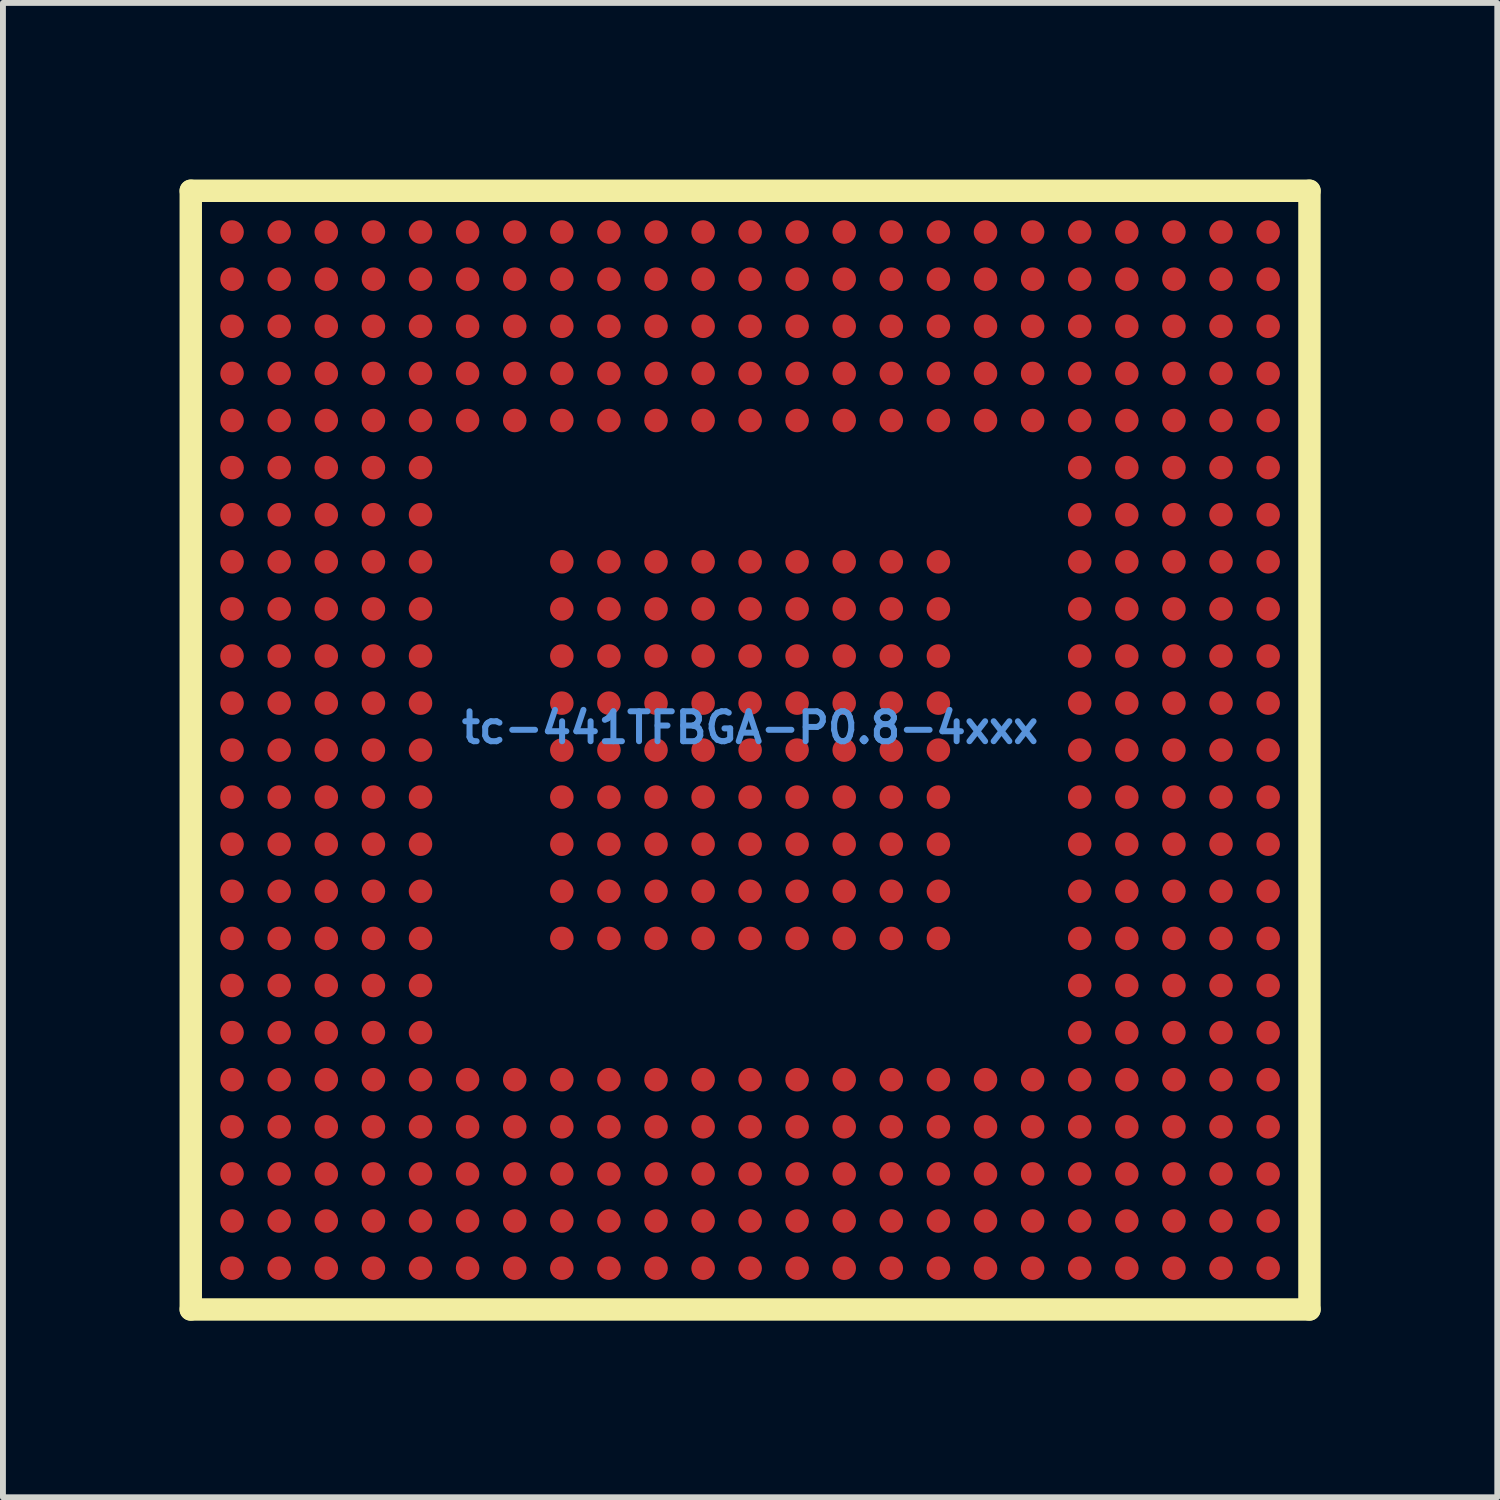
<source format=kicad_pcb>
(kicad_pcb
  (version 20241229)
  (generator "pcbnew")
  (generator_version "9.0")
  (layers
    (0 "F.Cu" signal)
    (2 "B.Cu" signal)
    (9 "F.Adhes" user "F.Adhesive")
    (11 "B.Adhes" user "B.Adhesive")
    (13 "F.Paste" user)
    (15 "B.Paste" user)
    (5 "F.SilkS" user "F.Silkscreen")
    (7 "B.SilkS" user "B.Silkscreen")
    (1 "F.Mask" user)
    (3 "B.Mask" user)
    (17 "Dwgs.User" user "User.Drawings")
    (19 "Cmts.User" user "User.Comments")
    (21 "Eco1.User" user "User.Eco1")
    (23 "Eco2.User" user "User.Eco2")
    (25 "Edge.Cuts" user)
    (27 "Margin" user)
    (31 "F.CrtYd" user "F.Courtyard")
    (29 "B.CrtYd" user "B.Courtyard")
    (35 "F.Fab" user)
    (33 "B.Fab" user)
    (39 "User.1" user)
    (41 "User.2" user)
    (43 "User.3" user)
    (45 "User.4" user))
  (footprint "tc-441TFBGA-P0.8-4xxx"
    (layer "F.Cu")
    (at 9.69 9.69)
    (property "Reference" "tc-441TFBGA-P0.8-4xxx" (at 0 -0.381 0) (layer "Cmts.User") (effects (font (size 0.508 0.508) (thickness 0.102))))
    (attr smd)
    (fp_line (start -9.5 -9.5) (end 9.5 -9.5) (stroke (width 0.381) (type solid)) (layer "F.SilkS"))
    (fp_line (start -9.5 9.5) (end -9.5 -9.5) (stroke (width 0.381) (type solid)) (layer "F.SilkS"))
    (fp_line (start 9.5 -9.5) (end 9.5 9.5) (stroke (width 0.381) (type solid)) (layer "F.SilkS"))
    (fp_line (start 9.5 9.5) (end -9.5 9.5) (stroke (width 0.381) (type solid)) (layer "F.SilkS"))
    (pad "A1" smd oval (at -8.799 -8.799) (size 0.4 0.4) (layers "F.Cu" "F.Mask" "F.Paste"))
    (pad "A2" smd oval (at -7.998 -8.799) (size 0.4 0.4) (layers "F.Cu" "F.Mask" "F.Paste"))
    (pad "A3" smd oval (at -7.198 -8.799) (size 0.4 0.4) (layers "F.Cu" "F.Mask" "F.Paste"))
    (pad "A4" smd oval (at -6.398 -8.799) (size 0.4 0.4) (layers "F.Cu" "F.Mask" "F.Paste"))
    (pad "A5" smd oval (at -5.598 -8.799) (size 0.4 0.4) (layers "F.Cu" "F.Mask" "F.Paste"))
    (pad "A6" smd oval (at -4.798 -8.799) (size 0.4 0.4) (layers "F.Cu" "F.Mask" "F.Paste"))
    (pad "A7" smd oval (at -3.998 -8.799) (size 0.4 0.4) (layers "F.Cu" "F.Mask" "F.Paste"))
    (pad "A8" smd oval (at -3.198 -8.799) (size 0.4 0.4) (layers "F.Cu" "F.Mask" "F.Paste"))
    (pad "A9" smd oval (at -2.398 -8.799) (size 0.4 0.4) (layers "F.Cu" "F.Mask" "F.Paste"))
    (pad "A10" smd oval (at -1.598 -8.799) (size 0.4 0.4) (layers "F.Cu" "F.Mask" "F.Paste"))
    (pad "A11" smd oval (at -0.798 -8.799) (size 0.4 0.4) (layers "F.Cu" "F.Mask" "F.Paste"))
    (pad "A12" smd oval (at 0 -8.799) (size 0.4 0.4) (layers "F.Cu" "F.Mask" "F.Paste"))
    (pad "A13" smd oval (at 0.798 -8.799) (size 0.4 0.4) (layers "F.Cu" "F.Mask" "F.Paste"))
    (pad "A14" smd oval (at 1.598 -8.799) (size 0.4 0.4) (layers "F.Cu" "F.Mask" "F.Paste"))
    (pad "A15" smd oval (at 2.398 -8.799) (size 0.4 0.4) (layers "F.Cu" "F.Mask" "F.Paste"))
    (pad "A16" smd oval (at 3.198 -8.799) (size 0.4 0.4) (layers "F.Cu" "F.Mask" "F.Paste"))
    (pad "A17" smd oval (at 3.998 -8.799) (size 0.4 0.4) (layers "F.Cu" "F.Mask" "F.Paste"))
    (pad "A18" smd oval (at 4.798 -8.799) (size 0.4 0.4) (layers "F.Cu" "F.Mask" "F.Paste"))
    (pad "A19" smd oval (at 5.598 -8.799) (size 0.4 0.4) (layers "F.Cu" "F.Mask" "F.Paste"))
    (pad "A20" smd oval (at 6.398 -8.799) (size 0.4 0.4) (layers "F.Cu" "F.Mask" "F.Paste"))
    (pad "A21" smd oval (at 7.198 -8.799) (size 0.4 0.4) (layers "F.Cu" "F.Mask" "F.Paste"))
    (pad "A22" smd oval (at 7.998 -8.799) (size 0.4 0.4) (layers "F.Cu" "F.Mask" "F.Paste"))
    (pad "A23" smd oval (at 8.799 -8.799) (size 0.4 0.4) (layers "F.Cu" "F.Mask" "F.Paste"))
    (pad "AA1" smd oval (at -8.799 7.198) (size 0.4 0.4) (layers "F.Cu" "F.Mask" "F.Paste"))
    (pad "AA2" smd oval (at -7.998 7.198) (size 0.4 0.4) (layers "F.Cu" "F.Mask" "F.Paste"))
    (pad "AA3" smd oval (at -7.198 7.198) (size 0.4 0.4) (layers "F.Cu" "F.Mask" "F.Paste"))
    (pad "AA4" smd oval (at -6.398 7.198) (size 0.4 0.4) (layers "F.Cu" "F.Mask" "F.Paste"))
    (pad "AA5" smd oval (at -5.598 7.198) (size 0.4 0.4) (layers "F.Cu" "F.Mask" "F.Paste"))
    (pad "AA6" smd oval (at -4.798 7.198) (size 0.4 0.4) (layers "F.Cu" "F.Mask" "F.Paste"))
    (pad "AA7" smd oval (at -3.998 7.198) (size 0.4 0.4) (layers "F.Cu" "F.Mask" "F.Paste"))
    (pad "AA8" smd oval (at -3.198 7.198) (size 0.4 0.4) (layers "F.Cu" "F.Mask" "F.Paste"))
    (pad "AA9" smd oval (at -2.398 7.198) (size 0.4 0.4) (layers "F.Cu" "F.Mask" "F.Paste"))
    (pad "AA10" smd oval (at -1.598 7.198) (size 0.4 0.4) (layers "F.Cu" "F.Mask" "F.Paste"))
    (pad "AA11" smd oval (at -0.798 7.198) (size 0.4 0.4) (layers "F.Cu" "F.Mask" "F.Paste"))
    (pad "AA12" smd oval (at 0 7.198) (size 0.4 0.4) (layers "F.Cu" "F.Mask" "F.Paste"))
    (pad "AA13" smd oval (at 0.798 7.198) (size 0.4 0.4) (layers "F.Cu" "F.Mask" "F.Paste"))
    (pad "AA14" smd oval (at 1.598 7.198) (size 0.4 0.4) (layers "F.Cu" "F.Mask" "F.Paste"))
    (pad "AA15" smd oval (at 2.398 7.198) (size 0.4 0.4) (layers "F.Cu" "F.Mask" "F.Paste"))
    (pad "AA16" smd oval (at 3.198 7.198) (size 0.4 0.4) (layers "F.Cu" "F.Mask" "F.Paste"))
    (pad "AA17" smd oval (at 3.998 7.198) (size 0.4 0.4) (layers "F.Cu" "F.Mask" "F.Paste"))
    (pad "AA18" smd oval (at 4.798 7.198) (size 0.4 0.4) (layers "F.Cu" "F.Mask" "F.Paste"))
    (pad "AA19" smd oval (at 5.598 7.198) (size 0.4 0.4) (layers "F.Cu" "F.Mask" "F.Paste"))
    (pad "AA20" smd oval (at 6.398 7.198) (size 0.4 0.4) (layers "F.Cu" "F.Mask" "F.Paste"))
    (pad "AA21" smd oval (at 7.198 7.198) (size 0.4 0.4) (layers "F.Cu" "F.Mask" "F.Paste"))
    (pad "AA22" smd oval (at 7.998 7.198) (size 0.4 0.4) (layers "F.Cu" "F.Mask" "F.Paste"))
    (pad "AA23" smd oval (at 8.799 7.198) (size 0.4 0.4) (layers "F.Cu" "F.Mask" "F.Paste"))
    (pad "AB1" smd oval (at -8.799 7.998) (size 0.4 0.4) (layers "F.Cu" "F.Mask" "F.Paste"))
    (pad "AB2" smd oval (at -7.998 7.998) (size 0.4 0.4) (layers "F.Cu" "F.Mask" "F.Paste"))
    (pad "AB3" smd oval (at -7.198 7.998) (size 0.4 0.4) (layers "F.Cu" "F.Mask" "F.Paste"))
    (pad "AB4" smd oval (at -6.398 7.998) (size 0.4 0.4) (layers "F.Cu" "F.Mask" "F.Paste"))
    (pad "AB5" smd oval (at -5.598 7.998) (size 0.4 0.4) (layers "F.Cu" "F.Mask" "F.Paste"))
    (pad "AB6" smd oval (at -4.798 7.998) (size 0.4 0.4) (layers "F.Cu" "F.Mask" "F.Paste"))
    (pad "AB7" smd oval (at -3.998 7.998) (size 0.4 0.4) (layers "F.Cu" "F.Mask" "F.Paste"))
    (pad "AB8" smd oval (at -3.198 7.998) (size 0.4 0.4) (layers "F.Cu" "F.Mask" "F.Paste"))
    (pad "AB9" smd oval (at -2.398 7.998) (size 0.4 0.4) (layers "F.Cu" "F.Mask" "F.Paste"))
    (pad "AB10" smd oval (at -1.598 7.998) (size 0.4 0.4) (layers "F.Cu" "F.Mask" "F.Paste"))
    (pad "AB11" smd oval (at -0.798 7.998) (size 0.4 0.4) (layers "F.Cu" "F.Mask" "F.Paste"))
    (pad "AB12" smd oval (at 0 7.998) (size 0.4 0.4) (layers "F.Cu" "F.Mask" "F.Paste"))
    (pad "AB13" smd oval (at 0.798 7.998) (size 0.4 0.4) (layers "F.Cu" "F.Mask" "F.Paste"))
    (pad "AB14" smd oval (at 1.598 7.998) (size 0.4 0.4) (layers "F.Cu" "F.Mask" "F.Paste"))
    (pad "AB15" smd oval (at 2.398 7.998) (size 0.4 0.4) (layers "F.Cu" "F.Mask" "F.Paste"))
    (pad "AB16" smd oval (at 3.198 7.998) (size 0.4 0.4) (layers "F.Cu" "F.Mask" "F.Paste"))
    (pad "AB17" smd oval (at 3.998 7.998) (size 0.4 0.4) (layers "F.Cu" "F.Mask" "F.Paste"))
    (pad "AB18" smd oval (at 4.798 7.998) (size 0.4 0.4) (layers "F.Cu" "F.Mask" "F.Paste"))
    (pad "AB19" smd oval (at 5.598 7.998) (size 0.4 0.4) (layers "F.Cu" "F.Mask" "F.Paste"))
    (pad "AB20" smd oval (at 6.398 7.998) (size 0.4 0.4) (layers "F.Cu" "F.Mask" "F.Paste"))
    (pad "AB21" smd oval (at 7.198 7.998) (size 0.4 0.4) (layers "F.Cu" "F.Mask" "F.Paste"))
    (pad "AB22" smd oval (at 7.998 7.998) (size 0.4 0.4) (layers "F.Cu" "F.Mask" "F.Paste"))
    (pad "AB23" smd oval (at 8.799 7.998) (size 0.4 0.4) (layers "F.Cu" "F.Mask" "F.Paste"))
    (pad "AC1" smd oval (at -8.799 8.799) (size 0.4 0.4) (layers "F.Cu" "F.Mask" "F.Paste"))
    (pad "AC2" smd oval (at -7.998 8.799) (size 0.4 0.4) (layers "F.Cu" "F.Mask" "F.Paste"))
    (pad "AC3" smd oval (at -7.198 8.799) (size 0.4 0.4) (layers "F.Cu" "F.Mask" "F.Paste"))
    (pad "AC4" smd oval (at -6.398 8.799) (size 0.4 0.4) (layers "F.Cu" "F.Mask" "F.Paste"))
    (pad "AC5" smd oval (at -5.598 8.799) (size 0.4 0.4) (layers "F.Cu" "F.Mask" "F.Paste"))
    (pad "AC6" smd oval (at -4.798 8.799) (size 0.4 0.4) (layers "F.Cu" "F.Mask" "F.Paste"))
    (pad "AC7" smd oval (at -3.998 8.799) (size 0.4 0.4) (layers "F.Cu" "F.Mask" "F.Paste"))
    (pad "AC8" smd oval (at -3.198 8.799) (size 0.4 0.4) (layers "F.Cu" "F.Mask" "F.Paste"))
    (pad "AC9" smd oval (at -2.398 8.799) (size 0.4 0.4) (layers "F.Cu" "F.Mask" "F.Paste"))
    (pad "AC10" smd oval (at -1.598 8.799) (size 0.4 0.4) (layers "F.Cu" "F.Mask" "F.Paste"))
    (pad "AC11" smd oval (at -0.798 8.799) (size 0.4 0.4) (layers "F.Cu" "F.Mask" "F.Paste"))
    (pad "AC12" smd oval (at 0 8.799) (size 0.4 0.4) (layers "F.Cu" "F.Mask" "F.Paste"))
    (pad "AC13" smd oval (at 0.798 8.799) (size 0.4 0.4) (layers "F.Cu" "F.Mask" "F.Paste"))
    (pad "AC14" smd oval (at 1.598 8.799) (size 0.4 0.4) (layers "F.Cu" "F.Mask" "F.Paste"))
    (pad "AC15" smd oval (at 2.398 8.799) (size 0.4 0.4) (layers "F.Cu" "F.Mask" "F.Paste"))
    (pad "AC16" smd oval (at 3.198 8.799) (size 0.4 0.4) (layers "F.Cu" "F.Mask" "F.Paste"))
    (pad "AC17" smd oval (at 3.998 8.799) (size 0.4 0.4) (layers "F.Cu" "F.Mask" "F.Paste"))
    (pad "AC18" smd oval (at 4.798 8.799) (size 0.4 0.4) (layers "F.Cu" "F.Mask" "F.Paste"))
    (pad "AC19" smd oval (at 5.598 8.799) (size 0.4 0.4) (layers "F.Cu" "F.Mask" "F.Paste"))
    (pad "AC20" smd oval (at 6.398 8.799) (size 0.4 0.4) (layers "F.Cu" "F.Mask" "F.Paste"))
    (pad "AC21" smd oval (at 7.198 8.799) (size 0.4 0.4) (layers "F.Cu" "F.Mask" "F.Paste"))
    (pad "AC22" smd oval (at 7.998 8.799) (size 0.4 0.4) (layers "F.Cu" "F.Mask" "F.Paste"))
    (pad "AC23" smd oval (at 8.799 8.799) (size 0.4 0.4) (layers "F.Cu" "F.Mask" "F.Paste"))
    (pad "B1" smd oval (at -8.799 -7.998) (size 0.4 0.4) (layers "F.Cu" "F.Mask" "F.Paste"))
    (pad "B2" smd oval (at -7.998 -7.998) (size 0.4 0.4) (layers "F.Cu" "F.Mask" "F.Paste"))
    (pad "B3" smd oval (at -7.198 -7.998) (size 0.4 0.4) (layers "F.Cu" "F.Mask" "F.Paste"))
    (pad "B4" smd oval (at -6.398 -7.998) (size 0.4 0.4) (layers "F.Cu" "F.Mask" "F.Paste"))
    (pad "B5" smd oval (at -5.598 -7.998) (size 0.4 0.4) (layers "F.Cu" "F.Mask" "F.Paste"))
    (pad "B6" smd oval (at -4.798 -7.998) (size 0.4 0.4) (layers "F.Cu" "F.Mask" "F.Paste"))
    (pad "B7" smd oval (at -3.998 -7.998) (size 0.4 0.4) (layers "F.Cu" "F.Mask" "F.Paste"))
    (pad "B8" smd oval (at -3.198 -7.998) (size 0.4 0.4) (layers "F.Cu" "F.Mask" "F.Paste"))
    (pad "B9" smd oval (at -2.398 -7.998) (size 0.4 0.4) (layers "F.Cu" "F.Mask" "F.Paste"))
    (pad "B10" smd oval (at -1.598 -7.998) (size 0.4 0.4) (layers "F.Cu" "F.Mask" "F.Paste"))
    (pad "B11" smd oval (at -0.798 -7.998) (size 0.4 0.4) (layers "F.Cu" "F.Mask" "F.Paste"))
    (pad "B12" smd oval (at 0 -7.998) (size 0.4 0.4) (layers "F.Cu" "F.Mask" "F.Paste"))
    (pad "B13" smd oval (at 0.798 -7.998) (size 0.4 0.4) (layers "F.Cu" "F.Mask" "F.Paste"))
    (pad "B14" smd oval (at 1.598 -7.998) (size 0.4 0.4) (layers "F.Cu" "F.Mask" "F.Paste"))
    (pad "B15" smd oval (at 2.398 -7.998) (size 0.4 0.4) (layers "F.Cu" "F.Mask" "F.Paste"))
    (pad "B16" smd oval (at 3.198 -7.998) (size 0.4 0.4) (layers "F.Cu" "F.Mask" "F.Paste"))
    (pad "B17" smd oval (at 3.998 -7.998) (size 0.4 0.4) (layers "F.Cu" "F.Mask" "F.Paste"))
    (pad "B18" smd oval (at 4.798 -7.998) (size 0.4 0.4) (layers "F.Cu" "F.Mask" "F.Paste"))
    (pad "B19" smd oval (at 5.598 -7.998) (size 0.4 0.4) (layers "F.Cu" "F.Mask" "F.Paste"))
    (pad "B20" smd oval (at 6.398 -7.998) (size 0.4 0.4) (layers "F.Cu" "F.Mask" "F.Paste"))
    (pad "B21" smd oval (at 7.198 -7.998) (size 0.4 0.4) (layers "F.Cu" "F.Mask" "F.Paste"))
    (pad "B22" smd oval (at 7.998 -7.998) (size 0.4 0.4) (layers "F.Cu" "F.Mask" "F.Paste"))
    (pad "B23" smd oval (at 8.799 -7.998) (size 0.4 0.4) (layers "F.Cu" "F.Mask" "F.Paste"))
    (pad "C1" smd oval (at -8.799 -7.198) (size 0.4 0.4) (layers "F.Cu" "F.Mask" "F.Paste"))
    (pad "C2" smd oval (at -7.998 -7.198) (size 0.4 0.4) (layers "F.Cu" "F.Mask" "F.Paste"))
    (pad "C3" smd oval (at -7.198 -7.198) (size 0.4 0.4) (layers "F.Cu" "F.Mask" "F.Paste"))
    (pad "C4" smd oval (at -6.398 -7.198) (size 0.4 0.4) (layers "F.Cu" "F.Mask" "F.Paste"))
    (pad "C5" smd oval (at -5.598 -7.198) (size 0.4 0.4) (layers "F.Cu" "F.Mask" "F.Paste"))
    (pad "C6" smd oval (at -4.798 -7.198) (size 0.4 0.4) (layers "F.Cu" "F.Mask" "F.Paste"))
    (pad "C7" smd oval (at -3.998 -7.198) (size 0.4 0.4) (layers "F.Cu" "F.Mask" "F.Paste"))
    (pad "C8" smd oval (at -3.198 -7.198) (size 0.4 0.4) (layers "F.Cu" "F.Mask" "F.Paste"))
    (pad "C9" smd oval (at -2.398 -7.198) (size 0.4 0.4) (layers "F.Cu" "F.Mask" "F.Paste"))
    (pad "C10" smd oval (at -1.598 -7.198) (size 0.4 0.4) (layers "F.Cu" "F.Mask" "F.Paste"))
    (pad "C11" smd oval (at -0.798 -7.198) (size 0.4 0.4) (layers "F.Cu" "F.Mask" "F.Paste"))
    (pad "C12" smd oval (at 0 -7.198) (size 0.4 0.4) (layers "F.Cu" "F.Mask" "F.Paste"))
    (pad "C13" smd oval (at 0.798 -7.198) (size 0.4 0.4) (layers "F.Cu" "F.Mask" "F.Paste"))
    (pad "C14" smd oval (at 1.598 -7.198) (size 0.4 0.4) (layers "F.Cu" "F.Mask" "F.Paste"))
    (pad "C15" smd oval (at 2.398 -7.198) (size 0.4 0.4) (layers "F.Cu" "F.Mask" "F.Paste"))
    (pad "C16" smd oval (at 3.198 -7.198) (size 0.4 0.4) (layers "F.Cu" "F.Mask" "F.Paste"))
    (pad "C17" smd oval (at 3.998 -7.198) (size 0.4 0.4) (layers "F.Cu" "F.Mask" "F.Paste"))
    (pad "C18" smd oval (at 4.798 -7.198) (size 0.4 0.4) (layers "F.Cu" "F.Mask" "F.Paste"))
    (pad "C19" smd oval (at 5.598 -7.198) (size 0.4 0.4) (layers "F.Cu" "F.Mask" "F.Paste"))
    (pad "C20" smd oval (at 6.398 -7.198) (size 0.4 0.4) (layers "F.Cu" "F.Mask" "F.Paste"))
    (pad "C21" smd oval (at 7.198 -7.198) (size 0.4 0.4) (layers "F.Cu" "F.Mask" "F.Paste"))
    (pad "C22" smd oval (at 7.998 -7.198) (size 0.4 0.4) (layers "F.Cu" "F.Mask" "F.Paste"))
    (pad "C23" smd oval (at 8.799 -7.198) (size 0.4 0.4) (layers "F.Cu" "F.Mask" "F.Paste"))
    (pad "D1" smd oval (at -8.799 -6.398) (size 0.4 0.4) (layers "F.Cu" "F.Mask" "F.Paste"))
    (pad "D2" smd oval (at -7.998 -6.398) (size 0.4 0.4) (layers "F.Cu" "F.Mask" "F.Paste"))
    (pad "D3" smd oval (at -7.198 -6.398) (size 0.4 0.4) (layers "F.Cu" "F.Mask" "F.Paste"))
    (pad "D4" smd oval (at -6.398 -6.398) (size 0.4 0.4) (layers "F.Cu" "F.Mask" "F.Paste"))
    (pad "D5" smd oval (at -5.598 -6.398) (size 0.4 0.4) (layers "F.Cu" "F.Mask" "F.Paste"))
    (pad "D6" smd oval (at -4.798 -6.398) (size 0.4 0.4) (layers "F.Cu" "F.Mask" "F.Paste"))
    (pad "D7" smd oval (at -3.998 -6.398) (size 0.4 0.4) (layers "F.Cu" "F.Mask" "F.Paste"))
    (pad "D8" smd oval (at -3.198 -6.398) (size 0.4 0.4) (layers "F.Cu" "F.Mask" "F.Paste"))
    (pad "D9" smd oval (at -2.398 -6.398) (size 0.4 0.4) (layers "F.Cu" "F.Mask" "F.Paste"))
    (pad "D10" smd oval (at -1.598 -6.398) (size 0.4 0.4) (layers "F.Cu" "F.Mask" "F.Paste"))
    (pad "D11" smd oval (at -0.798 -6.398) (size 0.4 0.4) (layers "F.Cu" "F.Mask" "F.Paste"))
    (pad "D12" smd oval (at 0 -6.398) (size 0.4 0.4) (layers "F.Cu" "F.Mask" "F.Paste"))
    (pad "D13" smd oval (at 0.798 -6.398) (size 0.4 0.4) (layers "F.Cu" "F.Mask" "F.Paste"))
    (pad "D14" smd oval (at 1.598 -6.398) (size 0.4 0.4) (layers "F.Cu" "F.Mask" "F.Paste"))
    (pad "D15" smd oval (at 2.398 -6.398) (size 0.4 0.4) (layers "F.Cu" "F.Mask" "F.Paste"))
    (pad "D16" smd oval (at 3.198 -6.398) (size 0.4 0.4) (layers "F.Cu" "F.Mask" "F.Paste"))
    (pad "D17" smd oval (at 3.998 -6.398) (size 0.4 0.4) (layers "F.Cu" "F.Mask" "F.Paste"))
    (pad "D18" smd oval (at 4.798 -6.398) (size 0.4 0.4) (layers "F.Cu" "F.Mask" "F.Paste"))
    (pad "D19" smd oval (at 5.598 -6.398) (size 0.4 0.4) (layers "F.Cu" "F.Mask" "F.Paste"))
    (pad "D20" smd oval (at 6.398 -6.398) (size 0.4 0.4) (layers "F.Cu" "F.Mask" "F.Paste"))
    (pad "D21" smd oval (at 7.198 -6.398) (size 0.4 0.4) (layers "F.Cu" "F.Mask" "F.Paste"))
    (pad "D22" smd oval (at 7.998 -6.398) (size 0.4 0.4) (layers "F.Cu" "F.Mask" "F.Paste"))
    (pad "D23" smd oval (at 8.799 -6.398) (size 0.4 0.4) (layers "F.Cu" "F.Mask" "F.Paste"))
    (pad "E1" smd oval (at -8.799 -5.598) (size 0.4 0.4) (layers "F.Cu" "F.Mask" "F.Paste"))
    (pad "E2" smd oval (at -7.998 -5.598) (size 0.4 0.4) (layers "F.Cu" "F.Mask" "F.Paste"))
    (pad "E3" smd oval (at -7.198 -5.598) (size 0.4 0.4) (layers "F.Cu" "F.Mask" "F.Paste"))
    (pad "E4" smd oval (at -6.398 -5.598) (size 0.4 0.4) (layers "F.Cu" "F.Mask" "F.Paste"))
    (pad "E5" smd oval (at -5.598 -5.598) (size 0.4 0.4) (layers "F.Cu" "F.Mask" "F.Paste"))
    (pad "E6" smd oval (at -4.798 -5.598) (size 0.4 0.4) (layers "F.Cu" "F.Mask" "F.Paste"))
    (pad "E7" smd oval (at -3.998 -5.598) (size 0.4 0.4) (layers "F.Cu" "F.Mask" "F.Paste"))
    (pad "E8" smd oval (at -3.198 -5.598) (size 0.4 0.4) (layers "F.Cu" "F.Mask" "F.Paste"))
    (pad "E9" smd oval (at -2.398 -5.598) (size 0.4 0.4) (layers "F.Cu" "F.Mask" "F.Paste"))
    (pad "E10" smd oval (at -1.598 -5.598) (size 0.4 0.4) (layers "F.Cu" "F.Mask" "F.Paste"))
    (pad "E11" smd oval (at -0.798 -5.598) (size 0.4 0.4) (layers "F.Cu" "F.Mask" "F.Paste"))
    (pad "E12" smd oval (at 0 -5.598) (size 0.4 0.4) (layers "F.Cu" "F.Mask" "F.Paste"))
    (pad "E13" smd oval (at 0.798 -5.598) (size 0.4 0.4) (layers "F.Cu" "F.Mask" "F.Paste"))
    (pad "E14" smd oval (at 1.598 -5.598) (size 0.4 0.4) (layers "F.Cu" "F.Mask" "F.Paste"))
    (pad "E15" smd oval (at 2.398 -5.598) (size 0.4 0.4) (layers "F.Cu" "F.Mask" "F.Paste"))
    (pad "E16" smd oval (at 3.198 -5.598) (size 0.4 0.4) (layers "F.Cu" "F.Mask" "F.Paste"))
    (pad "E17" smd oval (at 3.998 -5.598) (size 0.4 0.4) (layers "F.Cu" "F.Mask" "F.Paste"))
    (pad "E18" smd oval (at 4.798 -5.598) (size 0.4 0.4) (layers "F.Cu" "F.Mask" "F.Paste"))
    (pad "E19" smd oval (at 5.598 -5.598) (size 0.4 0.4) (layers "F.Cu" "F.Mask" "F.Paste"))
    (pad "E20" smd oval (at 6.398 -5.598) (size 0.4 0.4) (layers "F.Cu" "F.Mask" "F.Paste"))
    (pad "E21" smd oval (at 7.198 -5.598) (size 0.4 0.4) (layers "F.Cu" "F.Mask" "F.Paste"))
    (pad "E22" smd oval (at 7.998 -5.598) (size 0.4 0.4) (layers "F.Cu" "F.Mask" "F.Paste"))
    (pad "E23" smd oval (at 8.799 -5.598) (size 0.4 0.4) (layers "F.Cu" "F.Mask" "F.Paste"))
    (pad "F1" smd oval (at -8.799 -4.798) (size 0.4 0.4) (layers "F.Cu" "F.Mask" "F.Paste"))
    (pad "F2" smd oval (at -7.998 -4.798) (size 0.4 0.4) (layers "F.Cu" "F.Mask" "F.Paste"))
    (pad "F3" smd oval (at -7.198 -4.798) (size 0.4 0.4) (layers "F.Cu" "F.Mask" "F.Paste"))
    (pad "F4" smd oval (at -6.398 -4.798) (size 0.4 0.4) (layers "F.Cu" "F.Mask" "F.Paste"))
    (pad "F5" smd oval (at -5.598 -4.798) (size 0.4 0.4) (layers "F.Cu" "F.Mask" "F.Paste"))
    (pad "F19" smd oval (at 5.598 -4.798) (size 0.4 0.4) (layers "F.Cu" "F.Mask" "F.Paste"))
    (pad "F20" smd oval (at 6.398 -4.798) (size 0.4 0.4) (layers "F.Cu" "F.Mask" "F.Paste"))
    (pad "F21" smd oval (at 7.198 -4.798) (size 0.4 0.4) (layers "F.Cu" "F.Mask" "F.Paste"))
    (pad "F22" smd oval (at 7.998 -4.798) (size 0.4 0.4) (layers "F.Cu" "F.Mask" "F.Paste"))
    (pad "F23" smd oval (at 8.799 -4.798) (size 0.4 0.4) (layers "F.Cu" "F.Mask" "F.Paste"))
    (pad "G1" smd oval (at -8.799 -3.998) (size 0.4 0.4) (layers "F.Cu" "F.Mask" "F.Paste"))
    (pad "G2" smd oval (at -7.998 -3.998) (size 0.4 0.4) (layers "F.Cu" "F.Mask" "F.Paste"))
    (pad "G3" smd oval (at -7.198 -3.998) (size 0.4 0.4) (layers "F.Cu" "F.Mask" "F.Paste"))
    (pad "G4" smd oval (at -6.398 -3.998) (size 0.4 0.4) (layers "F.Cu" "F.Mask" "F.Paste"))
    (pad "G5" smd oval (at -5.598 -3.998) (size 0.4 0.4) (layers "F.Cu" "F.Mask" "F.Paste"))
    (pad "G19" smd oval (at 5.598 -3.998) (size 0.4 0.4) (layers "F.Cu" "F.Mask" "F.Paste"))
    (pad "G20" smd oval (at 6.398 -3.998) (size 0.4 0.4) (layers "F.Cu" "F.Mask" "F.Paste"))
    (pad "G21" smd oval (at 7.198 -3.998) (size 0.4 0.4) (layers "F.Cu" "F.Mask" "F.Paste"))
    (pad "G22" smd oval (at 7.998 -3.998) (size 0.4 0.4) (layers "F.Cu" "F.Mask" "F.Paste"))
    (pad "G23" smd oval (at 8.799 -3.998) (size 0.4 0.4) (layers "F.Cu" "F.Mask" "F.Paste"))
    (pad "H1" smd oval (at -8.799 -3.198) (size 0.4 0.4) (layers "F.Cu" "F.Mask" "F.Paste"))
    (pad "H2" smd oval (at -7.998 -3.198) (size 0.4 0.4) (layers "F.Cu" "F.Mask" "F.Paste"))
    (pad "H3" smd oval (at -7.198 -3.198) (size 0.4 0.4) (layers "F.Cu" "F.Mask" "F.Paste"))
    (pad "H4" smd oval (at -6.398 -3.198) (size 0.4 0.4) (layers "F.Cu" "F.Mask" "F.Paste"))
    (pad "H5" smd oval (at -5.598 -3.198) (size 0.4 0.4) (layers "F.Cu" "F.Mask" "F.Paste"))
    (pad "H8" smd oval (at -3.198 -3.198) (size 0.4 0.4) (layers "F.Cu" "F.Mask" "F.Paste"))
    (pad "H9" smd oval (at -2.398 -3.198) (size 0.4 0.4) (layers "F.Cu" "F.Mask" "F.Paste"))
    (pad "H10" smd oval (at -1.598 -3.198) (size 0.4 0.4) (layers "F.Cu" "F.Mask" "F.Paste"))
    (pad "H11" smd oval (at -0.798 -3.198) (size 0.4 0.4) (layers "F.Cu" "F.Mask" "F.Paste"))
    (pad "H12" smd oval (at 0 -3.198) (size 0.4 0.4) (layers "F.Cu" "F.Mask" "F.Paste"))
    (pad "H13" smd oval (at 0.798 -3.198) (size 0.4 0.4) (layers "F.Cu" "F.Mask" "F.Paste"))
    (pad "H14" smd oval (at 1.598 -3.198) (size 0.4 0.4) (layers "F.Cu" "F.Mask" "F.Paste"))
    (pad "H15" smd oval (at 2.398 -3.198) (size 0.4 0.4) (layers "F.Cu" "F.Mask" "F.Paste"))
    (pad "H16" smd oval (at 3.198 -3.198) (size 0.4 0.4) (layers "F.Cu" "F.Mask" "F.Paste"))
    (pad "H19" smd oval (at 5.598 -3.198) (size 0.4 0.4) (layers "F.Cu" "F.Mask" "F.Paste"))
    (pad "H20" smd oval (at 6.398 -3.198) (size 0.4 0.4) (layers "F.Cu" "F.Mask" "F.Paste"))
    (pad "H21" smd oval (at 7.198 -3.198) (size 0.4 0.4) (layers "F.Cu" "F.Mask" "F.Paste"))
    (pad "H22" smd oval (at 7.998 -3.198) (size 0.4 0.4) (layers "F.Cu" "F.Mask" "F.Paste"))
    (pad "H23" smd oval (at 8.799 -3.198) (size 0.4 0.4) (layers "F.Cu" "F.Mask" "F.Paste"))
    (pad "J1" smd oval (at -8.799 -2.398) (size 0.4 0.4) (layers "F.Cu" "F.Mask" "F.Paste"))
    (pad "J2" smd oval (at -7.998 -2.398) (size 0.4 0.4) (layers "F.Cu" "F.Mask" "F.Paste"))
    (pad "J3" smd oval (at -7.198 -2.398) (size 0.4 0.4) (layers "F.Cu" "F.Mask" "F.Paste"))
    (pad "J4" smd oval (at -6.398 -2.398) (size 0.4 0.4) (layers "F.Cu" "F.Mask" "F.Paste"))
    (pad "J5" smd oval (at -5.598 -2.398) (size 0.4 0.4) (layers "F.Cu" "F.Mask" "F.Paste"))
    (pad "J8" smd oval (at -3.198 -2.398) (size 0.4 0.4) (layers "F.Cu" "F.Mask" "F.Paste"))
    (pad "J9" smd oval (at -2.398 -2.398) (size 0.4 0.4) (layers "F.Cu" "F.Mask" "F.Paste"))
    (pad "J10" smd oval (at -1.598 -2.398) (size 0.4 0.4) (layers "F.Cu" "F.Mask" "F.Paste"))
    (pad "J11" smd oval (at -0.798 -2.398) (size 0.4 0.4) (layers "F.Cu" "F.Mask" "F.Paste"))
    (pad "J12" smd oval (at 0 -2.398) (size 0.4 0.4) (layers "F.Cu" "F.Mask" "F.Paste"))
    (pad "J13" smd oval (at 0.798 -2.398) (size 0.4 0.4) (layers "F.Cu" "F.Mask" "F.Paste"))
    (pad "J14" smd oval (at 1.598 -2.398) (size 0.4 0.4) (layers "F.Cu" "F.Mask" "F.Paste"))
    (pad "J15" smd oval (at 2.398 -2.398) (size 0.4 0.4) (layers "F.Cu" "F.Mask" "F.Paste"))
    (pad "J16" smd oval (at 3.198 -2.398) (size 0.4 0.4) (layers "F.Cu" "F.Mask" "F.Paste"))
    (pad "J19" smd oval (at 5.598 -2.398) (size 0.4 0.4) (layers "F.Cu" "F.Mask" "F.Paste"))
    (pad "J20" smd oval (at 6.398 -2.398) (size 0.4 0.4) (layers "F.Cu" "F.Mask" "F.Paste"))
    (pad "J21" smd oval (at 7.198 -2.398) (size 0.4 0.4) (layers "F.Cu" "F.Mask" "F.Paste"))
    (pad "J22" smd oval (at 7.998 -2.398) (size 0.4 0.4) (layers "F.Cu" "F.Mask" "F.Paste"))
    (pad "J23" smd oval (at 8.799 -2.398) (size 0.4 0.4) (layers "F.Cu" "F.Mask" "F.Paste"))
    (pad "K1" smd oval (at -8.799 -1.598) (size 0.4 0.4) (layers "F.Cu" "F.Mask" "F.Paste"))
    (pad "K2" smd oval (at -7.998 -1.598) (size 0.4 0.4) (layers "F.Cu" "F.Mask" "F.Paste"))
    (pad "K3" smd oval (at -7.198 -1.598) (size 0.4 0.4) (layers "F.Cu" "F.Mask" "F.Paste"))
    (pad "K4" smd oval (at -6.398 -1.598) (size 0.4 0.4) (layers "F.Cu" "F.Mask" "F.Paste"))
    (pad "K5" smd oval (at -5.598 -1.598) (size 0.4 0.4) (layers "F.Cu" "F.Mask" "F.Paste"))
    (pad "K8" smd oval (at -3.198 -1.598) (size 0.4 0.4) (layers "F.Cu" "F.Mask" "F.Paste"))
    (pad "K9" smd oval (at -2.398 -1.598) (size 0.4 0.4) (layers "F.Cu" "F.Mask" "F.Paste"))
    (pad "K10" smd oval (at -1.598 -1.598) (size 0.4 0.4) (layers "F.Cu" "F.Mask" "F.Paste"))
    (pad "K11" smd oval (at -0.798 -1.598) (size 0.4 0.4) (layers "F.Cu" "F.Mask" "F.Paste"))
    (pad "K12" smd oval (at 0 -1.598) (size 0.4 0.4) (layers "F.Cu" "F.Mask" "F.Paste"))
    (pad "K13" smd oval (at 0.798 -1.598) (size 0.4 0.4) (layers "F.Cu" "F.Mask" "F.Paste"))
    (pad "K14" smd oval (at 1.598 -1.598) (size 0.4 0.4) (layers "F.Cu" "F.Mask" "F.Paste"))
    (pad "K15" smd oval (at 2.398 -1.598) (size 0.4 0.4) (layers "F.Cu" "F.Mask" "F.Paste"))
    (pad "K16" smd oval (at 3.198 -1.598) (size 0.4 0.4) (layers "F.Cu" "F.Mask" "F.Paste"))
    (pad "K19" smd oval (at 5.598 -1.598) (size 0.4 0.4) (layers "F.Cu" "F.Mask" "F.Paste"))
    (pad "K20" smd oval (at 6.398 -1.598) (size 0.4 0.4) (layers "F.Cu" "F.Mask" "F.Paste"))
    (pad "K21" smd oval (at 7.198 -1.598) (size 0.4 0.4) (layers "F.Cu" "F.Mask" "F.Paste"))
    (pad "K22" smd oval (at 7.998 -1.598) (size 0.4 0.4) (layers "F.Cu" "F.Mask" "F.Paste"))
    (pad "K23" smd oval (at 8.799 -1.598) (size 0.4 0.4) (layers "F.Cu" "F.Mask" "F.Paste"))
    (pad "L1" smd oval (at -8.799 -0.798) (size 0.4 0.4) (layers "F.Cu" "F.Mask" "F.Paste"))
    (pad "L2" smd oval (at -7.998 -0.798) (size 0.4 0.4) (layers "F.Cu" "F.Mask" "F.Paste"))
    (pad "L3" smd oval (at -7.198 -0.798) (size 0.4 0.4) (layers "F.Cu" "F.Mask" "F.Paste"))
    (pad "L4" smd oval (at -6.398 -0.798) (size 0.4 0.4) (layers "F.Cu" "F.Mask" "F.Paste"))
    (pad "L5" smd oval (at -5.598 -0.798) (size 0.4 0.4) (layers "F.Cu" "F.Mask" "F.Paste"))
    (pad "L8" smd oval (at -3.198 -0.798) (size 0.4 0.4) (layers "F.Cu" "F.Mask" "F.Paste"))
    (pad "L9" smd oval (at -2.398 -0.798) (size 0.4 0.4) (layers "F.Cu" "F.Mask" "F.Paste"))
    (pad "L10" smd oval (at -1.598 -0.798) (size 0.4 0.4) (layers "F.Cu" "F.Mask" "F.Paste"))
    (pad "L11" smd oval (at -0.798 -0.798) (size 0.4 0.4) (layers "F.Cu" "F.Mask" "F.Paste"))
    (pad "L12" smd oval (at 0 -0.798) (size 0.4 0.4) (layers "F.Cu" "F.Mask" "F.Paste"))
    (pad "L13" smd oval (at 0.798 -0.798) (size 0.4 0.4) (layers "F.Cu" "F.Mask" "F.Paste"))
    (pad "L14" smd oval (at 1.598 -0.798) (size 0.4 0.4) (layers "F.Cu" "F.Mask" "F.Paste"))
    (pad "L15" smd oval (at 2.398 -0.798) (size 0.4 0.4) (layers "F.Cu" "F.Mask" "F.Paste"))
    (pad "L16" smd oval (at 3.198 -0.798) (size 0.4 0.4) (layers "F.Cu" "F.Mask" "F.Paste"))
    (pad "L19" smd oval (at 5.598 -0.798) (size 0.4 0.4) (layers "F.Cu" "F.Mask" "F.Paste"))
    (pad "L20" smd oval (at 6.398 -0.798) (size 0.4 0.4) (layers "F.Cu" "F.Mask" "F.Paste"))
    (pad "L21" smd oval (at 7.198 -0.798) (size 0.4 0.4) (layers "F.Cu" "F.Mask" "F.Paste"))
    (pad "L22" smd oval (at 7.998 -0.798) (size 0.4 0.4) (layers "F.Cu" "F.Mask" "F.Paste"))
    (pad "L23" smd oval (at 8.799 -0.798) (size 0.4 0.4) (layers "F.Cu" "F.Mask" "F.Paste"))
    (pad "M1" smd oval (at -8.799 0) (size 0.4 0.4) (layers "F.Cu" "F.Mask" "F.Paste"))
    (pad "M2" smd oval (at -7.998 0) (size 0.4 0.4) (layers "F.Cu" "F.Mask" "F.Paste"))
    (pad "M3" smd oval (at -7.198 0) (size 0.4 0.4) (layers "F.Cu" "F.Mask" "F.Paste"))
    (pad "M4" smd oval (at -6.398 0) (size 0.4 0.4) (layers "F.Cu" "F.Mask" "F.Paste"))
    (pad "M5" smd oval (at -5.598 0) (size 0.4 0.4) (layers "F.Cu" "F.Mask" "F.Paste"))
    (pad "M8" smd oval (at -3.198 0) (size 0.4 0.4) (layers "F.Cu" "F.Mask" "F.Paste"))
    (pad "M9" smd oval (at -2.398 0) (size 0.4 0.4) (layers "F.Cu" "F.Mask" "F.Paste"))
    (pad "M10" smd oval (at -1.598 0) (size 0.4 0.4) (layers "F.Cu" "F.Mask" "F.Paste"))
    (pad "M11" smd oval (at -0.798 0) (size 0.4 0.4) (layers "F.Cu" "F.Mask" "F.Paste"))
    (pad "M12" smd oval (at 0 0) (size 0.4 0.4) (layers "F.Cu" "F.Mask" "F.Paste"))
    (pad "M13" smd oval (at 0.798 0) (size 0.4 0.4) (layers "F.Cu" "F.Mask" "F.Paste"))
    (pad "M14" smd oval (at 1.598 0) (size 0.4 0.4) (layers "F.Cu" "F.Mask" "F.Paste"))
    (pad "M15" smd oval (at 2.398 0) (size 0.4 0.4) (layers "F.Cu" "F.Mask" "F.Paste"))
    (pad "M16" smd oval (at 3.198 0) (size 0.4 0.4) (layers "F.Cu" "F.Mask" "F.Paste"))
    (pad "M19" smd oval (at 5.598 0) (size 0.4 0.4) (layers "F.Cu" "F.Mask" "F.Paste"))
    (pad "M20" smd oval (at 6.398 0) (size 0.4 0.4) (layers "F.Cu" "F.Mask" "F.Paste"))
    (pad "M21" smd oval (at 7.198 0) (size 0.4 0.4) (layers "F.Cu" "F.Mask" "F.Paste"))
    (pad "M22" smd oval (at 7.998 0) (size 0.4 0.4) (layers "F.Cu" "F.Mask" "F.Paste"))
    (pad "M23" smd oval (at 8.799 0) (size 0.4 0.4) (layers "F.Cu" "F.Mask" "F.Paste"))
    (pad "N1" smd oval (at -8.799 0.798) (size 0.4 0.4) (layers "F.Cu" "F.Mask" "F.Paste"))
    (pad "N2" smd oval (at -7.998 0.798) (size 0.4 0.4) (layers "F.Cu" "F.Mask" "F.Paste"))
    (pad "N3" smd oval (at -7.198 0.798) (size 0.4 0.4) (layers "F.Cu" "F.Mask" "F.Paste"))
    (pad "N4" smd oval (at -6.398 0.798) (size 0.4 0.4) (layers "F.Cu" "F.Mask" "F.Paste"))
    (pad "N5" smd oval (at -5.598 0.798) (size 0.4 0.4) (layers "F.Cu" "F.Mask" "F.Paste"))
    (pad "N8" smd oval (at -3.198 0.798) (size 0.4 0.4) (layers "F.Cu" "F.Mask" "F.Paste"))
    (pad "N9" smd oval (at -2.398 0.798) (size 0.4 0.4) (layers "F.Cu" "F.Mask" "F.Paste"))
    (pad "N10" smd oval (at -1.598 0.798) (size 0.4 0.4) (layers "F.Cu" "F.Mask" "F.Paste"))
    (pad "N11" smd oval (at -0.798 0.798) (size 0.4 0.4) (layers "F.Cu" "F.Mask" "F.Paste"))
    (pad "N12" smd oval (at 0 0.798) (size 0.4 0.4) (layers "F.Cu" "F.Mask" "F.Paste"))
    (pad "N13" smd oval (at 0.798 0.798) (size 0.4 0.4) (layers "F.Cu" "F.Mask" "F.Paste"))
    (pad "N14" smd oval (at 1.598 0.798) (size 0.4 0.4) (layers "F.Cu" "F.Mask" "F.Paste"))
    (pad "N15" smd oval (at 2.398 0.798) (size 0.4 0.4) (layers "F.Cu" "F.Mask" "F.Paste"))
    (pad "N16" smd oval (at 3.198 0.798) (size 0.4 0.4) (layers "F.Cu" "F.Mask" "F.Paste"))
    (pad "N19" smd oval (at 5.598 0.798) (size 0.4 0.4) (layers "F.Cu" "F.Mask" "F.Paste"))
    (pad "N20" smd oval (at 6.398 0.798) (size 0.4 0.4) (layers "F.Cu" "F.Mask" "F.Paste"))
    (pad "N21" smd oval (at 7.198 0.798) (size 0.4 0.4) (layers "F.Cu" "F.Mask" "F.Paste"))
    (pad "N22" smd oval (at 7.998 0.798) (size 0.4 0.4) (layers "F.Cu" "F.Mask" "F.Paste"))
    (pad "N23" smd oval (at 8.799 0.798) (size 0.4 0.4) (layers "F.Cu" "F.Mask" "F.Paste"))
    (pad "P1" smd oval (at -8.799 1.598) (size 0.4 0.4) (layers "F.Cu" "F.Mask" "F.Paste"))
    (pad "P2" smd oval (at -7.998 1.598) (size 0.4 0.4) (layers "F.Cu" "F.Mask" "F.Paste"))
    (pad "P3" smd oval (at -7.198 1.598) (size 0.4 0.4) (layers "F.Cu" "F.Mask" "F.Paste"))
    (pad "P4" smd oval (at -6.398 1.598) (size 0.4 0.4) (layers "F.Cu" "F.Mask" "F.Paste"))
    (pad "P5" smd oval (at -5.598 1.598) (size 0.4 0.4) (layers "F.Cu" "F.Mask" "F.Paste"))
    (pad "P8" smd oval (at -3.198 1.598) (size 0.4 0.4) (layers "F.Cu" "F.Mask" "F.Paste"))
    (pad "P9" smd oval (at -2.398 1.598) (size 0.4 0.4) (layers "F.Cu" "F.Mask" "F.Paste"))
    (pad "P10" smd oval (at -1.598 1.598) (size 0.4 0.4) (layers "F.Cu" "F.Mask" "F.Paste"))
    (pad "P11" smd oval (at -0.798 1.598) (size 0.4 0.4) (layers "F.Cu" "F.Mask" "F.Paste"))
    (pad "P12" smd oval (at 0 1.598) (size 0.4 0.4) (layers "F.Cu" "F.Mask" "F.Paste"))
    (pad "P13" smd oval (at 0.798 1.598) (size 0.4 0.4) (layers "F.Cu" "F.Mask" "F.Paste"))
    (pad "P14" smd oval (at 1.598 1.598) (size 0.4 0.4) (layers "F.Cu" "F.Mask" "F.Paste"))
    (pad "P15" smd oval (at 2.398 1.598) (size 0.4 0.4) (layers "F.Cu" "F.Mask" "F.Paste"))
    (pad "P16" smd oval (at 3.198 1.598) (size 0.4 0.4) (layers "F.Cu" "F.Mask" "F.Paste"))
    (pad "P19" smd oval (at 5.598 1.598) (size 0.4 0.4) (layers "F.Cu" "F.Mask" "F.Paste"))
    (pad "P20" smd oval (at 6.398 1.598) (size 0.4 0.4) (layers "F.Cu" "F.Mask" "F.Paste"))
    (pad "P21" smd oval (at 7.198 1.598) (size 0.4 0.4) (layers "F.Cu" "F.Mask" "F.Paste"))
    (pad "P22" smd oval (at 7.998 1.598) (size 0.4 0.4) (layers "F.Cu" "F.Mask" "F.Paste"))
    (pad "P23" smd oval (at 8.799 1.598) (size 0.4 0.4) (layers "F.Cu" "F.Mask" "F.Paste"))
    (pad "R1" smd oval (at -8.799 2.398) (size 0.4 0.4) (layers "F.Cu" "F.Mask" "F.Paste"))
    (pad "R2" smd oval (at -7.998 2.398) (size 0.4 0.4) (layers "F.Cu" "F.Mask" "F.Paste"))
    (pad "R3" smd oval (at -7.198 2.398) (size 0.4 0.4) (layers "F.Cu" "F.Mask" "F.Paste"))
    (pad "R4" smd oval (at -6.398 2.398) (size 0.4 0.4) (layers "F.Cu" "F.Mask" "F.Paste"))
    (pad "R5" smd oval (at -5.598 2.398) (size 0.4 0.4) (layers "F.Cu" "F.Mask" "F.Paste"))
    (pad "R8" smd oval (at -3.198 2.398) (size 0.4 0.4) (layers "F.Cu" "F.Mask" "F.Paste"))
    (pad "R9" smd oval (at -2.398 2.398) (size 0.4 0.4) (layers "F.Cu" "F.Mask" "F.Paste"))
    (pad "R10" smd oval (at -1.598 2.398) (size 0.4 0.4) (layers "F.Cu" "F.Mask" "F.Paste"))
    (pad "R11" smd oval (at -0.798 2.398) (size 0.4 0.4) (layers "F.Cu" "F.Mask" "F.Paste"))
    (pad "R12" smd oval (at 0 2.398) (size 0.4 0.4) (layers "F.Cu" "F.Mask" "F.Paste"))
    (pad "R13" smd oval (at 0.798 2.398) (size 0.4 0.4) (layers "F.Cu" "F.Mask" "F.Paste"))
    (pad "R14" smd oval (at 1.598 2.398) (size 0.4 0.4) (layers "F.Cu" "F.Mask" "F.Paste"))
    (pad "R15" smd oval (at 2.398 2.398) (size 0.4 0.4) (layers "F.Cu" "F.Mask" "F.Paste"))
    (pad "R16" smd oval (at 3.198 2.398) (size 0.4 0.4) (layers "F.Cu" "F.Mask" "F.Paste"))
    (pad "R19" smd oval (at 5.598 2.398) (size 0.4 0.4) (layers "F.Cu" "F.Mask" "F.Paste"))
    (pad "R20" smd oval (at 6.398 2.398) (size 0.4 0.4) (layers "F.Cu" "F.Mask" "F.Paste"))
    (pad "R21" smd oval (at 7.198 2.398) (size 0.4 0.4) (layers "F.Cu" "F.Mask" "F.Paste"))
    (pad "R22" smd oval (at 7.998 2.398) (size 0.4 0.4) (layers "F.Cu" "F.Mask" "F.Paste"))
    (pad "R23" smd oval (at 8.799 2.398) (size 0.4 0.4) (layers "F.Cu" "F.Mask" "F.Paste"))
    (pad "T1" smd oval (at -8.799 3.198) (size 0.4 0.4) (layers "F.Cu" "F.Mask" "F.Paste"))
    (pad "T2" smd oval (at -7.998 3.198) (size 0.4 0.4) (layers "F.Cu" "F.Mask" "F.Paste"))
    (pad "T3" smd oval (at -7.198 3.198) (size 0.4 0.4) (layers "F.Cu" "F.Mask" "F.Paste"))
    (pad "T4" smd oval (at -6.398 3.198) (size 0.4 0.4) (layers "F.Cu" "F.Mask" "F.Paste"))
    (pad "T5" smd oval (at -5.598 3.198) (size 0.4 0.4) (layers "F.Cu" "F.Mask" "F.Paste"))
    (pad "T8" smd oval (at -3.198 3.198) (size 0.4 0.4) (layers "F.Cu" "F.Mask" "F.Paste"))
    (pad "T9" smd oval (at -2.398 3.198) (size 0.4 0.4) (layers "F.Cu" "F.Mask" "F.Paste"))
    (pad "T10" smd oval (at -1.598 3.198) (size 0.4 0.4) (layers "F.Cu" "F.Mask" "F.Paste"))
    (pad "T11" smd oval (at -0.798 3.198) (size 0.4 0.4) (layers "F.Cu" "F.Mask" "F.Paste"))
    (pad "T12" smd oval (at 0 3.198) (size 0.4 0.4) (layers "F.Cu" "F.Mask" "F.Paste"))
    (pad "T13" smd oval (at 0.798 3.198) (size 0.4 0.4) (layers "F.Cu" "F.Mask" "F.Paste"))
    (pad "T14" smd oval (at 1.598 3.198) (size 0.4 0.4) (layers "F.Cu" "F.Mask" "F.Paste"))
    (pad "T15" smd oval (at 2.398 3.198) (size 0.4 0.4) (layers "F.Cu" "F.Mask" "F.Paste"))
    (pad "T16" smd oval (at 3.198 3.198) (size 0.4 0.4) (layers "F.Cu" "F.Mask" "F.Paste"))
    (pad "T19" smd oval (at 5.598 3.198) (size 0.4 0.4) (layers "F.Cu" "F.Mask" "F.Paste"))
    (pad "T20" smd oval (at 6.398 3.198) (size 0.4 0.4) (layers "F.Cu" "F.Mask" "F.Paste"))
    (pad "T21" smd oval (at 7.198 3.198) (size 0.4 0.4) (layers "F.Cu" "F.Mask" "F.Paste"))
    (pad "T22" smd oval (at 7.998 3.198) (size 0.4 0.4) (layers "F.Cu" "F.Mask" "F.Paste"))
    (pad "T23" smd oval (at 8.799 3.198) (size 0.4 0.4) (layers "F.Cu" "F.Mask" "F.Paste"))
    (pad "U1" smd oval (at -8.799 3.998) (size 0.4 0.4) (layers "F.Cu" "F.Mask" "F.Paste"))
    (pad "U2" smd oval (at -7.998 3.998) (size 0.4 0.4) (layers "F.Cu" "F.Mask" "F.Paste"))
    (pad "U3" smd oval (at -7.198 3.998) (size 0.4 0.4) (layers "F.Cu" "F.Mask" "F.Paste"))
    (pad "U4" smd oval (at -6.398 3.998) (size 0.4 0.4) (layers "F.Cu" "F.Mask" "F.Paste"))
    (pad "U5" smd oval (at -5.598 3.998) (size 0.4 0.4) (layers "F.Cu" "F.Mask" "F.Paste"))
    (pad "U19" smd oval (at 5.598 3.998) (size 0.4 0.4) (layers "F.Cu" "F.Mask" "F.Paste"))
    (pad "U20" smd oval (at 6.398 3.998) (size 0.4 0.4) (layers "F.Cu" "F.Mask" "F.Paste"))
    (pad "U21" smd oval (at 7.198 3.998) (size 0.4 0.4) (layers "F.Cu" "F.Mask" "F.Paste"))
    (pad "U22" smd oval (at 7.998 3.998) (size 0.4 0.4) (layers "F.Cu" "F.Mask" "F.Paste"))
    (pad "U23" smd oval (at 8.799 3.998) (size 0.4 0.4) (layers "F.Cu" "F.Mask" "F.Paste"))
    (pad "V1" smd oval (at -8.799 4.798) (size 0.4 0.4) (layers "F.Cu" "F.Mask" "F.Paste"))
    (pad "V2" smd oval (at -7.998 4.798) (size 0.4 0.4) (layers "F.Cu" "F.Mask" "F.Paste"))
    (pad "V3" smd oval (at -7.198 4.798) (size 0.4 0.4) (layers "F.Cu" "F.Mask" "F.Paste"))
    (pad "V4" smd oval (at -6.398 4.798) (size 0.4 0.4) (layers "F.Cu" "F.Mask" "F.Paste"))
    (pad "V5" smd oval (at -5.598 4.798) (size 0.4 0.4) (layers "F.Cu" "F.Mask" "F.Paste"))
    (pad "V19" smd oval (at 5.598 4.798) (size 0.4 0.4) (layers "F.Cu" "F.Mask" "F.Paste"))
    (pad "V20" smd oval (at 6.398 4.798) (size 0.4 0.4) (layers "F.Cu" "F.Mask" "F.Paste"))
    (pad "V21" smd oval (at 7.198 4.798) (size 0.4 0.4) (layers "F.Cu" "F.Mask" "F.Paste"))
    (pad "V22" smd oval (at 7.998 4.798) (size 0.4 0.4) (layers "F.Cu" "F.Mask" "F.Paste"))
    (pad "V23" smd oval (at 8.799 4.798) (size 0.4 0.4) (layers "F.Cu" "F.Mask" "F.Paste"))
    (pad "W1" smd oval (at -8.799 5.598) (size 0.4 0.4) (layers "F.Cu" "F.Mask" "F.Paste"))
    (pad "W2" smd oval (at -7.998 5.598) (size 0.4 0.4) (layers "F.Cu" "F.Mask" "F.Paste"))
    (pad "W3" smd oval (at -7.198 5.598) (size 0.4 0.4) (layers "F.Cu" "F.Mask" "F.Paste"))
    (pad "W4" smd oval (at -6.398 5.598) (size 0.4 0.4) (layers "F.Cu" "F.Mask" "F.Paste"))
    (pad "W5" smd oval (at -5.598 5.598) (size 0.4 0.4) (layers "F.Cu" "F.Mask" "F.Paste"))
    (pad "W6" smd oval (at -4.798 5.598) (size 0.4 0.4) (layers "F.Cu" "F.Mask" "F.Paste"))
    (pad "W7" smd oval (at -3.998 5.598) (size 0.4 0.4) (layers "F.Cu" "F.Mask" "F.Paste"))
    (pad "W8" smd oval (at -3.198 5.598) (size 0.4 0.4) (layers "F.Cu" "F.Mask" "F.Paste"))
    (pad "W9" smd oval (at -2.398 5.598) (size 0.4 0.4) (layers "F.Cu" "F.Mask" "F.Paste"))
    (pad "W10" smd oval (at -1.598 5.598) (size 0.4 0.4) (layers "F.Cu" "F.Mask" "F.Paste"))
    (pad "W11" smd oval (at -0.798 5.598) (size 0.4 0.4) (layers "F.Cu" "F.Mask" "F.Paste"))
    (pad "W12" smd oval (at 0 5.598) (size 0.4 0.4) (layers "F.Cu" "F.Mask" "F.Paste"))
    (pad "W13" smd oval (at 0.798 5.598) (size 0.4 0.4) (layers "F.Cu" "F.Mask" "F.Paste"))
    (pad "W14" smd oval (at 1.598 5.598) (size 0.4 0.4) (layers "F.Cu" "F.Mask" "F.Paste"))
    (pad "W15" smd oval (at 2.398 5.598) (size 0.4 0.4) (layers "F.Cu" "F.Mask" "F.Paste"))
    (pad "W16" smd oval (at 3.198 5.598) (size 0.4 0.4) (layers "F.Cu" "F.Mask" "F.Paste"))
    (pad "W17" smd oval (at 3.998 5.598) (size 0.4 0.4) (layers "F.Cu" "F.Mask" "F.Paste"))
    (pad "W18" smd oval (at 4.798 5.598) (size 0.4 0.4) (layers "F.Cu" "F.Mask" "F.Paste"))
    (pad "W19" smd oval (at 5.598 5.598) (size 0.4 0.4) (layers "F.Cu" "F.Mask" "F.Paste"))
    (pad "W20" smd oval (at 6.398 5.598) (size 0.4 0.4) (layers "F.Cu" "F.Mask" "F.Paste"))
    (pad "W21" smd oval (at 7.198 5.598) (size 0.4 0.4) (layers "F.Cu" "F.Mask" "F.Paste"))
    (pad "W22" smd oval (at 7.998 5.598) (size 0.4 0.4) (layers "F.Cu" "F.Mask" "F.Paste"))
    (pad "W23" smd oval (at 8.799 5.598) (size 0.4 0.4) (layers "F.Cu" "F.Mask" "F.Paste"))
    (pad "Y1" smd oval (at -8.799 6.398) (size 0.4 0.4) (layers "F.Cu" "F.Mask" "F.Paste"))
    (pad "Y2" smd oval (at -7.998 6.398) (size 0.4 0.4) (layers "F.Cu" "F.Mask" "F.Paste"))
    (pad "Y3" smd oval (at -7.198 6.398) (size 0.4 0.4) (layers "F.Cu" "F.Mask" "F.Paste"))
    (pad "Y4" smd oval (at -6.398 6.398) (size 0.4 0.4) (layers "F.Cu" "F.Mask" "F.Paste"))
    (pad "Y5" smd oval (at -5.598 6.398) (size 0.4 0.4) (layers "F.Cu" "F.Mask" "F.Paste"))
    (pad "Y6" smd oval (at -4.798 6.398) (size 0.4 0.4) (layers "F.Cu" "F.Mask" "F.Paste"))
    (pad "Y7" smd oval (at -3.998 6.398) (size 0.4 0.4) (layers "F.Cu" "F.Mask" "F.Paste"))
    (pad "Y8" smd oval (at -3.198 6.398) (size 0.4 0.4) (layers "F.Cu" "F.Mask" "F.Paste"))
    (pad "Y9" smd oval (at -2.398 6.398) (size 0.4 0.4) (layers "F.Cu" "F.Mask" "F.Paste"))
    (pad "Y10" smd oval (at -1.598 6.398) (size 0.4 0.4) (layers "F.Cu" "F.Mask" "F.Paste"))
    (pad "Y11" smd oval (at -0.798 6.398) (size 0.4 0.4) (layers "F.Cu" "F.Mask" "F.Paste"))
    (pad "Y12" smd oval (at 0 6.398) (size 0.4 0.4) (layers "F.Cu" "F.Mask" "F.Paste"))
    (pad "Y13" smd oval (at 0.798 6.398) (size 0.4 0.4) (layers "F.Cu" "F.Mask" "F.Paste"))
    (pad "Y14" smd oval (at 1.598 6.398) (size 0.4 0.4) (layers "F.Cu" "F.Mask" "F.Paste"))
    (pad "Y15" smd oval (at 2.398 6.398) (size 0.4 0.4) (layers "F.Cu" "F.Mask" "F.Paste"))
    (pad "Y16" smd oval (at 3.198 6.398) (size 0.4 0.4) (layers "F.Cu" "F.Mask" "F.Paste"))
    (pad "Y17" smd oval (at 3.998 6.398) (size 0.4 0.4) (layers "F.Cu" "F.Mask" "F.Paste"))
    (pad "Y18" smd oval (at 4.798 6.398) (size 0.4 0.4) (layers "F.Cu" "F.Mask" "F.Paste"))
    (pad "Y19" smd oval (at 5.598 6.398) (size 0.4 0.4) (layers "F.Cu" "F.Mask" "F.Paste"))
    (pad "Y20" smd oval (at 6.398 6.398) (size 0.4 0.4) (layers "F.Cu" "F.Mask" "F.Paste"))
    (pad "Y21" smd oval (at 7.198 6.398) (size 0.4 0.4) (layers "F.Cu" "F.Mask" "F.Paste"))
    (pad "Y22" smd oval (at 7.998 6.398) (size 0.4 0.4) (layers "F.Cu" "F.Mask" "F.Paste"))
    (pad "Y23" smd oval (at 8.799 6.398) (size 0.4 0.4) (layers "F.Cu" "F.Mask" "F.Paste")))
  (gr_rect
    (start -3 -3)
    (end 22.38 22.38)
    (stroke (width 0.1) (type default))
    (fill no)
    (layer "Edge.Cuts")))
</source>
